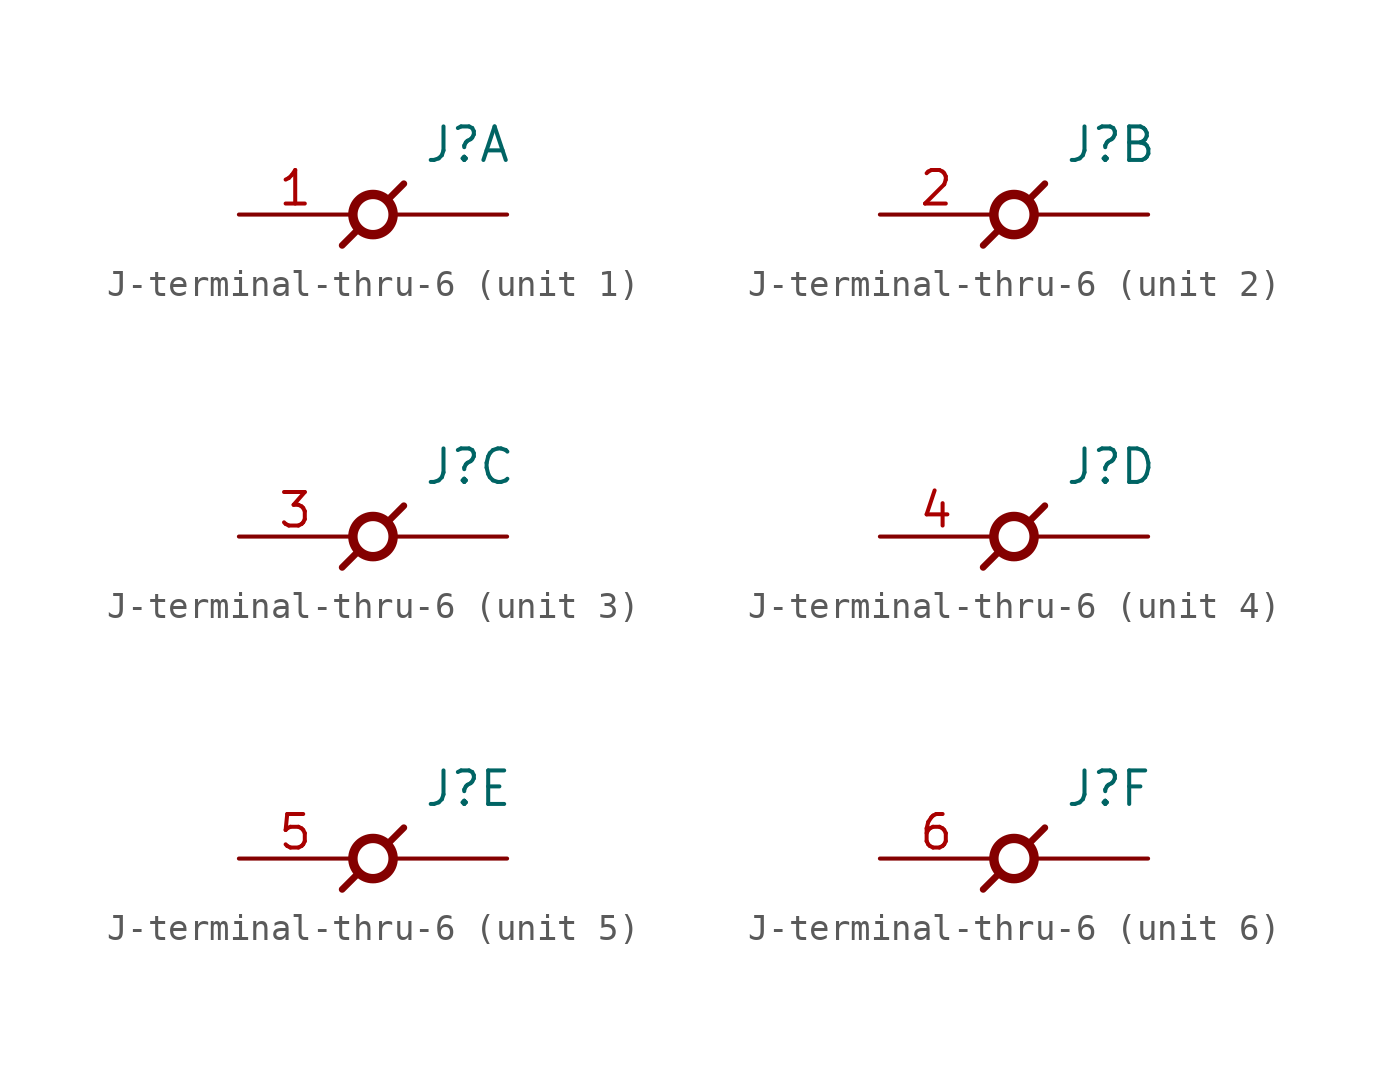
<source format=kicad_sym>
(kicad_symbol_lib
  (version 20211014)
  (generator kicad_symbol_editor)
  (symbol "J-terminal-thru-6"
    (pin_names
      (offset 0.635) hide)
    (property "Reference" "J"
      (at 1.905 1.905 0)
      (effects (font (size 1.27 1.27)) (justify left bottom)))
    (property "ki_locked" ""
      (at 0 0 0)
      (effects (font (size 1.27 1.27))))
    (symbol "J-terminal-thru-6_0_0"
      (polyline (pts (xy -0.584 -0.584) (xy -1.168 -1.168)) (stroke (width 0.254) (type default) (color 0 0 0 0)) (fill (type none)))
      (polyline (pts (xy 0.584 0.584) (xy 1.168 1.168)) (stroke (width 0.254) (type default) (color 0 0 0 0)) (fill (type none)))
      (circle (center 0 0) (radius 0.762) (stroke (width 0.356) (type default) (color 0 0 0 0)) (fill (type none))))
    (symbol "J-terminal-thru-6_1_1"
      (pin passive line (at -5.08 0 0) (length 4.267) (name "1" (effects (font (size 1.27 1.27)))) (number "1" (effects (font (size 1.27 1.27)))))
      (pin passive line (at 5.08 0 180) (length 4.267) (name "1" (effects (font (size 1.27 1.27)))) (number "1" (effects (font (size 0 0))))))
    (symbol "J-terminal-thru-6_2_1"
      (pin passive line (at -5.08 0 0) (length 4.267) (name "2" (effects (font (size 1.27 1.27)))) (number "2" (effects (font (size 1.27 1.27)))))
      (pin passive line (at 5.08 0 180) (length 4.267) (name "2" (effects (font (size 1.27 1.27)))) (number "2" (effects (font (size 0 0))))))
    (symbol "J-terminal-thru-6_3_1"
      (pin passive line (at -5.08 0 0) (length 4.267) (name "3" (effects (font (size 1.27 1.27)))) (number "3" (effects (font (size 1.27 1.27)))))
      (pin passive line (at 5.08 0 180) (length 4.267) (name "3" (effects (font (size 1.27 1.27)))) (number "3" (effects (font (size 0 0))))))
    (symbol "J-terminal-thru-6_4_1"
      (pin passive line (at -5.08 0 0) (length 4.267) (name "4" (effects (font (size 1.27 1.27)))) (number "4" (effects (font (size 1.27 1.27)))))
      (pin passive line (at 5.08 0 180) (length 4.267) (name "4" (effects (font (size 1.27 1.27)))) (number "4" (effects (font (size 0 0))))))
    (symbol "J-terminal-thru-6_5_1"
      (pin passive line (at -5.08 0 0) (length 4.267) (name "5" (effects (font (size 1.27 1.27)))) (number "5" (effects (font (size 1.27 1.27)))))
      (pin passive line (at 5.08 0 180) (length 4.267) (name "5" (effects (font (size 1.27 1.27)))) (number "5" (effects (font (size 0 0))))))
    (symbol "J-terminal-thru-6_6_1"
      (pin passive line (at -5.08 0 0) (length 4.267) (name "6" (effects (font (size 1.27 1.27)))) (number "6" (effects (font (size 1.27 1.27)))))
      (pin passive line (at 5.08 0 180) (length 4.267) (name "6" (effects (font (size 1.27 1.27)))) (number "6" (effects (font (size 0 0))))))))
</source>
